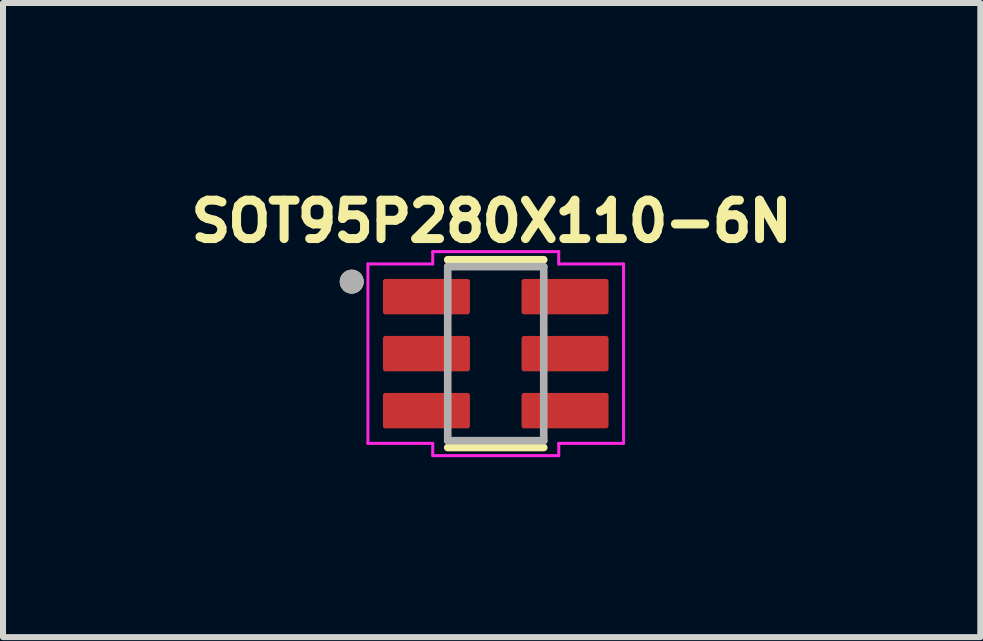
<source format=kicad_pcb>
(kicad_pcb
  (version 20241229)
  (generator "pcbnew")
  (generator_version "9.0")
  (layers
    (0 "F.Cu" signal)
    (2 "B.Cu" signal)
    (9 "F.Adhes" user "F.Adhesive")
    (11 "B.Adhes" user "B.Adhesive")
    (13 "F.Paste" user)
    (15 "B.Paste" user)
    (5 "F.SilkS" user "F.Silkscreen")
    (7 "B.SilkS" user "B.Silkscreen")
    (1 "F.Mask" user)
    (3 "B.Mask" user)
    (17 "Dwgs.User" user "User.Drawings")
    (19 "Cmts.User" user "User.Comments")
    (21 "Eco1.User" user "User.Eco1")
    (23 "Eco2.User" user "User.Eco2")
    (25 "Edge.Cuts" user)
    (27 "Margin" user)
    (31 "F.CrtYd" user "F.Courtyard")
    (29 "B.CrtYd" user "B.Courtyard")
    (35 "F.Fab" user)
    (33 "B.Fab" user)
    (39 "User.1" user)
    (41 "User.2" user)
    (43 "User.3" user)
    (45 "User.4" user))
  (footprint "SOT95P280X110-6N"
    (layer "F.Cu")
    (at 5.212 2.844)
    (property "Reference" "SOT95P280X110-6N" (at -0.068 -2.206 0) (layer "F.SilkS") (effects (font (size 0.64 0.64) (thickness 0.15))))
    (attr through_hole)
    (fp_line (start -0.8 -1.565) (end 0.8 -1.565) (stroke (width 0.127) (type solid)) (layer "F.SilkS"))
    (fp_line (start -0.8 1.565) (end 0.8 1.565) (stroke (width 0.127) (type solid)) (layer "F.SilkS"))
    (fp_circle (center -2.4 -1.2) (end -2.3 -1.2) (stroke (width 0.2) (type solid)) (fill no) (layer "F.SilkS"))
    (fp_line (start -2.13 -1.495) (end -2.13 1.495) (stroke (width 0.05) (type solid)) (layer "F.CrtYd"))
    (fp_line (start -2.13 1.495) (end -1.05 1.495) (stroke (width 0.05) (type solid)) (layer "F.CrtYd"))
    (fp_line (start -1.05 -1.7) (end -1.05 -1.495) (stroke (width 0.05) (type solid)) (layer "F.CrtYd"))
    (fp_line (start -1.05 -1.495) (end -2.13 -1.495) (stroke (width 0.05) (type solid)) (layer "F.CrtYd"))
    (fp_line (start -1.05 1.495) (end -1.05 1.7) (stroke (width 0.05) (type solid)) (layer "F.CrtYd"))
    (fp_line (start -1.05 1.7) (end 1.05 1.7) (stroke (width 0.05) (type solid)) (layer "F.CrtYd"))
    (fp_line (start 1.05 -1.7) (end -1.05 -1.7) (stroke (width 0.05) (type solid)) (layer "F.CrtYd"))
    (fp_line (start 1.05 -1.495) (end 1.05 -1.7) (stroke (width 0.05) (type solid)) (layer "F.CrtYd"))
    (fp_line (start 1.05 1.495) (end 2.13 1.495) (stroke (width 0.05) (type solid)) (layer "F.CrtYd"))
    (fp_line (start 1.05 1.7) (end 1.05 1.495) (stroke (width 0.05) (type solid)) (layer "F.CrtYd"))
    (fp_line (start 2.13 -1.495) (end 1.05 -1.495) (stroke (width 0.05) (type solid)) (layer "F.CrtYd"))
    (fp_line (start 2.13 1.495) (end 2.13 -1.495) (stroke (width 0.05) (type solid)) (layer "F.CrtYd"))
    (fp_line (start -0.8 -1.45) (end -0.8 1.45) (stroke (width 0.127) (type solid)) (layer "F.Fab"))
    (fp_line (start -0.8 1.45) (end 0.8 1.45) (stroke (width 0.127) (type solid)) (layer "F.Fab"))
    (fp_line (start 0.8 -1.45) (end -0.8 -1.45) (stroke (width 0.127) (type solid)) (layer "F.Fab"))
    (fp_line (start 0.8 1.45) (end 0.8 -1.45) (stroke (width 0.127) (type solid)) (layer "F.Fab"))
    (fp_circle (center -2.4 -1.2) (end -2.3 -1.2) (stroke (width 0.2) (type solid)) (fill no) (layer "F.Fab"))
    (pad "1" smd roundrect (at -1.155 -0.95) (size 1.45 0.59) (layers "F.Cu" "F.Mask" "F.Paste") (roundrect_rratio 0.07))
    (pad "2" smd roundrect (at -1.155 0) (size 1.45 0.59) (layers "F.Cu" "F.Mask" "F.Paste") (roundrect_rratio 0.07))
    (pad "3" smd roundrect (at -1.155 0.95) (size 1.45 0.59) (layers "F.Cu" "F.Mask" "F.Paste") (roundrect_rratio 0.07))
    (pad "4" smd roundrect (at 1.155 0.95) (size 1.45 0.59) (layers "F.Cu" "F.Mask" "F.Paste") (roundrect_rratio 0.07))
    (pad "5" smd roundrect (at 1.155 0) (size 1.45 0.59) (layers "F.Cu" "F.Mask" "F.Paste") (roundrect_rratio 0.07))
    (pad "6" smd roundrect (at 1.155 -0.95) (size 1.45 0.59) (layers "F.Cu" "F.Mask" "F.Paste") (roundrect_rratio 0.07)))
  (gr_rect
    (start -3 -3)
    (end 13.288 7.569)
    (stroke (width 0.1) (type default))
    (fill no)
    (layer "Edge.Cuts")))
</source>
